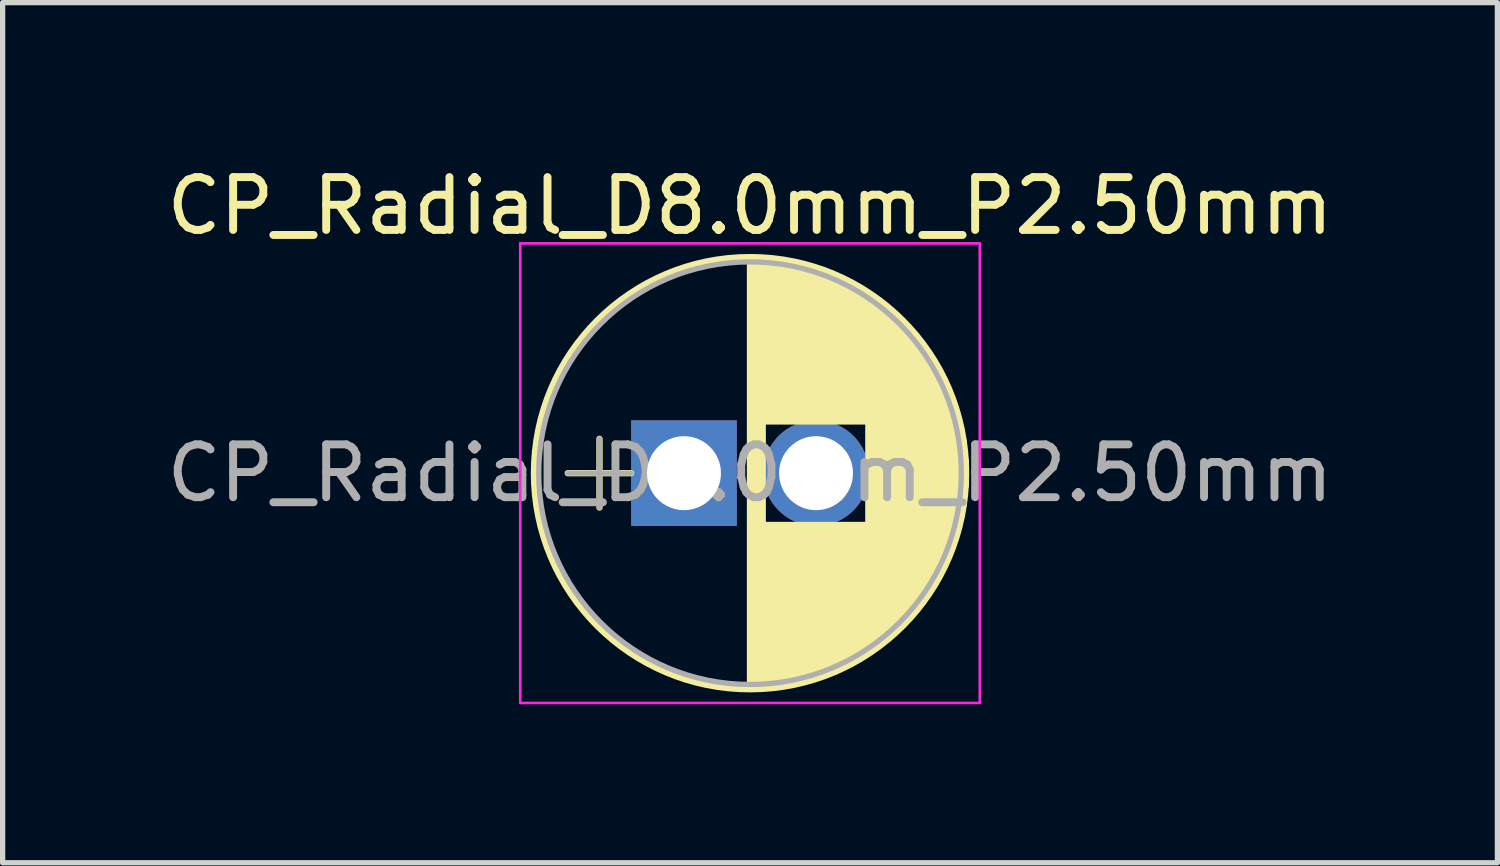
<source format=kicad_pcb>
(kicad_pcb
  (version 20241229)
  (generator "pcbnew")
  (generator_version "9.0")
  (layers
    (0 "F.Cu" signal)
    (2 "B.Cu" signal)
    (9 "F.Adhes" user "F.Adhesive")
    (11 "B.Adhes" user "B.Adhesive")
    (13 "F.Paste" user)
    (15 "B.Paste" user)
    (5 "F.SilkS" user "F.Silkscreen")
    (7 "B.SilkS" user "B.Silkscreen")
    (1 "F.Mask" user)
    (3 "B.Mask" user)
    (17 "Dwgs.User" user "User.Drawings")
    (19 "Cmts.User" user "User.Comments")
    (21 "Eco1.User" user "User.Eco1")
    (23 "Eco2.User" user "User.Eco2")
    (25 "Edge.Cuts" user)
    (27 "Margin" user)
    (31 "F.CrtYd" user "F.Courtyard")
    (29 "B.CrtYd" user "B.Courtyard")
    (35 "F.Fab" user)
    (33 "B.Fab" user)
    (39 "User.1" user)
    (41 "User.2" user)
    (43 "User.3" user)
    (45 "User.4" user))
  (footprint "CP_Radial_D8.0mm_P2.50mm"
    (layer "F.Cu")
    (at 9.899 5.908)
    (property "Reference" "CP_Radial_D8.0mm_P2.50mm" (at 1.25 -5.06 0) (layer "F.SilkS") (effects (font (size 1 1) (thickness 0.15))))
    (attr through_hole)
    (fp_line (start -2.2 0) (end -1 0) (stroke (width 0.12) (type solid)) (layer "F.SilkS"))
    (fp_line (start -1.6 -0.65) (end -1.6 0.65) (stroke (width 0.12) (type solid)) (layer "F.SilkS"))
    (fp_line (start 1.25 -4.05) (end 1.25 4.05) (stroke (width 0.12) (type solid)) (layer "F.SilkS"))
    (fp_line (start 1.29 -4.05) (end 1.29 4.05) (stroke (width 0.12) (type solid)) (layer "F.SilkS"))
    (fp_line (start 1.33 -4.05) (end 1.33 4.05) (stroke (width 0.12) (type solid)) (layer "F.SilkS"))
    (fp_line (start 1.37 -4.049) (end 1.37 4.049) (stroke (width 0.12) (type solid)) (layer "F.SilkS"))
    (fp_line (start 1.41 -4.047) (end 1.41 4.047) (stroke (width 0.12) (type solid)) (layer "F.SilkS"))
    (fp_line (start 1.45 -4.046) (end 1.45 4.046) (stroke (width 0.12) (type solid)) (layer "F.SilkS"))
    (fp_line (start 1.49 -4.043) (end 1.49 4.043) (stroke (width 0.12) (type solid)) (layer "F.SilkS"))
    (fp_line (start 1.53 -4.041) (end 1.53 -0.98) (stroke (width 0.12) (type solid)) (layer "F.SilkS"))
    (fp_line (start 1.53 0.98) (end 1.53 4.041) (stroke (width 0.12) (type solid)) (layer "F.SilkS"))
    (fp_line (start 1.57 -4.038) (end 1.57 -0.98) (stroke (width 0.12) (type solid)) (layer "F.SilkS"))
    (fp_line (start 1.57 0.98) (end 1.57 4.038) (stroke (width 0.12) (type solid)) (layer "F.SilkS"))
    (fp_line (start 1.61 -4.035) (end 1.61 -0.98) (stroke (width 0.12) (type solid)) (layer "F.SilkS"))
    (fp_line (start 1.61 0.98) (end 1.61 4.035) (stroke (width 0.12) (type solid)) (layer "F.SilkS"))
    (fp_line (start 1.65 -4.031) (end 1.65 -0.98) (stroke (width 0.12) (type solid)) (layer "F.SilkS"))
    (fp_line (start 1.65 0.98) (end 1.65 4.031) (stroke (width 0.12) (type solid)) (layer "F.SilkS"))
    (fp_line (start 1.69 -4.027) (end 1.69 -0.98) (stroke (width 0.12) (type solid)) (layer "F.SilkS"))
    (fp_line (start 1.69 0.98) (end 1.69 4.027) (stroke (width 0.12) (type solid)) (layer "F.SilkS"))
    (fp_line (start 1.73 -4.022) (end 1.73 -0.98) (stroke (width 0.12) (type solid)) (layer "F.SilkS"))
    (fp_line (start 1.73 0.98) (end 1.73 4.022) (stroke (width 0.12) (type solid)) (layer "F.SilkS"))
    (fp_line (start 1.77 -4.017) (end 1.77 -0.98) (stroke (width 0.12) (type solid)) (layer "F.SilkS"))
    (fp_line (start 1.77 0.98) (end 1.77 4.017) (stroke (width 0.12) (type solid)) (layer "F.SilkS"))
    (fp_line (start 1.81 -4.012) (end 1.81 -0.98) (stroke (width 0.12) (type solid)) (layer "F.SilkS"))
    (fp_line (start 1.81 0.98) (end 1.81 4.012) (stroke (width 0.12) (type solid)) (layer "F.SilkS"))
    (fp_line (start 1.85 -4.006) (end 1.85 -0.98) (stroke (width 0.12) (type solid)) (layer "F.SilkS"))
    (fp_line (start 1.85 0.98) (end 1.85 4.006) (stroke (width 0.12) (type solid)) (layer "F.SilkS"))
    (fp_line (start 1.89 -4) (end 1.89 -0.98) (stroke (width 0.12) (type solid)) (layer "F.SilkS"))
    (fp_line (start 1.89 0.98) (end 1.89 4) (stroke (width 0.12) (type solid)) (layer "F.SilkS"))
    (fp_line (start 1.93 -3.994) (end 1.93 -0.98) (stroke (width 0.12) (type solid)) (layer "F.SilkS"))
    (fp_line (start 1.93 0.98) (end 1.93 3.994) (stroke (width 0.12) (type solid)) (layer "F.SilkS"))
    (fp_line (start 1.971 -3.987) (end 1.971 -0.98) (stroke (width 0.12) (type solid)) (layer "F.SilkS"))
    (fp_line (start 1.971 0.98) (end 1.971 3.987) (stroke (width 0.12) (type solid)) (layer "F.SilkS"))
    (fp_line (start 2.011 -3.979) (end 2.011 -0.98) (stroke (width 0.12) (type solid)) (layer "F.SilkS"))
    (fp_line (start 2.011 0.98) (end 2.011 3.979) (stroke (width 0.12) (type solid)) (layer "F.SilkS"))
    (fp_line (start 2.051 -3.971) (end 2.051 -0.98) (stroke (width 0.12) (type solid)) (layer "F.SilkS"))
    (fp_line (start 2.051 0.98) (end 2.051 3.971) (stroke (width 0.12) (type solid)) (layer "F.SilkS"))
    (fp_line (start 2.091 -3.963) (end 2.091 -0.98) (stroke (width 0.12) (type solid)) (layer "F.SilkS"))
    (fp_line (start 2.091 0.98) (end 2.091 3.963) (stroke (width 0.12) (type solid)) (layer "F.SilkS"))
    (fp_line (start 2.131 -3.955) (end 2.131 -0.98) (stroke (width 0.12) (type solid)) (layer "F.SilkS"))
    (fp_line (start 2.131 0.98) (end 2.131 3.955) (stroke (width 0.12) (type solid)) (layer "F.SilkS"))
    (fp_line (start 2.171 -3.946) (end 2.171 -0.98) (stroke (width 0.12) (type solid)) (layer "F.SilkS"))
    (fp_line (start 2.171 0.98) (end 2.171 3.946) (stroke (width 0.12) (type solid)) (layer "F.SilkS"))
    (fp_line (start 2.211 -3.936) (end 2.211 -0.98) (stroke (width 0.12) (type solid)) (layer "F.SilkS"))
    (fp_line (start 2.211 0.98) (end 2.211 3.936) (stroke (width 0.12) (type solid)) (layer "F.SilkS"))
    (fp_line (start 2.251 -3.926) (end 2.251 -0.98) (stroke (width 0.12) (type solid)) (layer "F.SilkS"))
    (fp_line (start 2.251 0.98) (end 2.251 3.926) (stroke (width 0.12) (type solid)) (layer "F.SilkS"))
    (fp_line (start 2.291 -3.916) (end 2.291 -0.98) (stroke (width 0.12) (type solid)) (layer "F.SilkS"))
    (fp_line (start 2.291 0.98) (end 2.291 3.916) (stroke (width 0.12) (type solid)) (layer "F.SilkS"))
    (fp_line (start 2.331 -3.905) (end 2.331 -0.98) (stroke (width 0.12) (type solid)) (layer "F.SilkS"))
    (fp_line (start 2.331 0.98) (end 2.331 3.905) (stroke (width 0.12) (type solid)) (layer "F.SilkS"))
    (fp_line (start 2.371 -3.894) (end 2.371 -0.98) (stroke (width 0.12) (type solid)) (layer "F.SilkS"))
    (fp_line (start 2.371 0.98) (end 2.371 3.894) (stroke (width 0.12) (type solid)) (layer "F.SilkS"))
    (fp_line (start 2.411 -3.883) (end 2.411 -0.98) (stroke (width 0.12) (type solid)) (layer "F.SilkS"))
    (fp_line (start 2.411 0.98) (end 2.411 3.883) (stroke (width 0.12) (type solid)) (layer "F.SilkS"))
    (fp_line (start 2.451 -3.87) (end 2.451 -0.98) (stroke (width 0.12) (type solid)) (layer "F.SilkS"))
    (fp_line (start 2.451 0.98) (end 2.451 3.87) (stroke (width 0.12) (type solid)) (layer "F.SilkS"))
    (fp_line (start 2.491 -3.858) (end 2.491 -0.98) (stroke (width 0.12) (type solid)) (layer "F.SilkS"))
    (fp_line (start 2.491 0.98) (end 2.491 3.858) (stroke (width 0.12) (type solid)) (layer "F.SilkS"))
    (fp_line (start 2.531 -3.845) (end 2.531 -0.98) (stroke (width 0.12) (type solid)) (layer "F.SilkS"))
    (fp_line (start 2.531 0.98) (end 2.531 3.845) (stroke (width 0.12) (type solid)) (layer "F.SilkS"))
    (fp_line (start 2.571 -3.832) (end 2.571 -0.98) (stroke (width 0.12) (type solid)) (layer "F.SilkS"))
    (fp_line (start 2.571 0.98) (end 2.571 3.832) (stroke (width 0.12) (type solid)) (layer "F.SilkS"))
    (fp_line (start 2.611 -3.818) (end 2.611 -0.98) (stroke (width 0.12) (type solid)) (layer "F.SilkS"))
    (fp_line (start 2.611 0.98) (end 2.611 3.818) (stroke (width 0.12) (type solid)) (layer "F.SilkS"))
    (fp_line (start 2.651 -3.803) (end 2.651 -0.98) (stroke (width 0.12) (type solid)) (layer "F.SilkS"))
    (fp_line (start 2.651 0.98) (end 2.651 3.803) (stroke (width 0.12) (type solid)) (layer "F.SilkS"))
    (fp_line (start 2.691 -3.789) (end 2.691 -0.98) (stroke (width 0.12) (type solid)) (layer "F.SilkS"))
    (fp_line (start 2.691 0.98) (end 2.691 3.789) (stroke (width 0.12) (type solid)) (layer "F.SilkS"))
    (fp_line (start 2.731 -3.773) (end 2.731 -0.98) (stroke (width 0.12) (type solid)) (layer "F.SilkS"))
    (fp_line (start 2.731 0.98) (end 2.731 3.773) (stroke (width 0.12) (type solid)) (layer "F.SilkS"))
    (fp_line (start 2.771 -3.758) (end 2.771 -0.98) (stroke (width 0.12) (type solid)) (layer "F.SilkS"))
    (fp_line (start 2.771 0.98) (end 2.771 3.758) (stroke (width 0.12) (type solid)) (layer "F.SilkS"))
    (fp_line (start 2.811 -3.741) (end 2.811 -0.98) (stroke (width 0.12) (type solid)) (layer "F.SilkS"))
    (fp_line (start 2.811 0.98) (end 2.811 3.741) (stroke (width 0.12) (type solid)) (layer "F.SilkS"))
    (fp_line (start 2.851 -3.725) (end 2.851 -0.98) (stroke (width 0.12) (type solid)) (layer "F.SilkS"))
    (fp_line (start 2.851 0.98) (end 2.851 3.725) (stroke (width 0.12) (type solid)) (layer "F.SilkS"))
    (fp_line (start 2.891 -3.707) (end 2.891 -0.98) (stroke (width 0.12) (type solid)) (layer "F.SilkS"))
    (fp_line (start 2.891 0.98) (end 2.891 3.707) (stroke (width 0.12) (type solid)) (layer "F.SilkS"))
    (fp_line (start 2.931 -3.69) (end 2.931 -0.98) (stroke (width 0.12) (type solid)) (layer "F.SilkS"))
    (fp_line (start 2.931 0.98) (end 2.931 3.69) (stroke (width 0.12) (type solid)) (layer "F.SilkS"))
    (fp_line (start 2.971 -3.671) (end 2.971 -0.98) (stroke (width 0.12) (type solid)) (layer "F.SilkS"))
    (fp_line (start 2.971 0.98) (end 2.971 3.671) (stroke (width 0.12) (type solid)) (layer "F.SilkS"))
    (fp_line (start 3.011 -3.652) (end 3.011 -0.98) (stroke (width 0.12) (type solid)) (layer "F.SilkS"))
    (fp_line (start 3.011 0.98) (end 3.011 3.652) (stroke (width 0.12) (type solid)) (layer "F.SilkS"))
    (fp_line (start 3.051 -3.633) (end 3.051 -0.98) (stroke (width 0.12) (type solid)) (layer "F.SilkS"))
    (fp_line (start 3.051 0.98) (end 3.051 3.633) (stroke (width 0.12) (type solid)) (layer "F.SilkS"))
    (fp_line (start 3.091 -3.613) (end 3.091 -0.98) (stroke (width 0.12) (type solid)) (layer "F.SilkS"))
    (fp_line (start 3.091 0.98) (end 3.091 3.613) (stroke (width 0.12) (type solid)) (layer "F.SilkS"))
    (fp_line (start 3.131 -3.593) (end 3.131 -0.98) (stroke (width 0.12) (type solid)) (layer "F.SilkS"))
    (fp_line (start 3.131 0.98) (end 3.131 3.593) (stroke (width 0.12) (type solid)) (layer "F.SilkS"))
    (fp_line (start 3.171 -3.572) (end 3.171 -0.98) (stroke (width 0.12) (type solid)) (layer "F.SilkS"))
    (fp_line (start 3.171 0.98) (end 3.171 3.572) (stroke (width 0.12) (type solid)) (layer "F.SilkS"))
    (fp_line (start 3.211 -3.55) (end 3.211 -0.98) (stroke (width 0.12) (type solid)) (layer "F.SilkS"))
    (fp_line (start 3.211 0.98) (end 3.211 3.55) (stroke (width 0.12) (type solid)) (layer "F.SilkS"))
    (fp_line (start 3.251 -3.528) (end 3.251 -0.98) (stroke (width 0.12) (type solid)) (layer "F.SilkS"))
    (fp_line (start 3.251 0.98) (end 3.251 3.528) (stroke (width 0.12) (type solid)) (layer "F.SilkS"))
    (fp_line (start 3.291 -3.505) (end 3.291 -0.98) (stroke (width 0.12) (type solid)) (layer "F.SilkS"))
    (fp_line (start 3.291 0.98) (end 3.291 3.505) (stroke (width 0.12) (type solid)) (layer "F.SilkS"))
    (fp_line (start 3.331 -3.482) (end 3.331 -0.98) (stroke (width 0.12) (type solid)) (layer "F.SilkS"))
    (fp_line (start 3.331 0.98) (end 3.331 3.482) (stroke (width 0.12) (type solid)) (layer "F.SilkS"))
    (fp_line (start 3.371 -3.458) (end 3.371 -0.98) (stroke (width 0.12) (type solid)) (layer "F.SilkS"))
    (fp_line (start 3.371 0.98) (end 3.371 3.458) (stroke (width 0.12) (type solid)) (layer "F.SilkS"))
    (fp_line (start 3.411 -3.434) (end 3.411 -0.98) (stroke (width 0.12) (type solid)) (layer "F.SilkS"))
    (fp_line (start 3.411 0.98) (end 3.411 3.434) (stroke (width 0.12) (type solid)) (layer "F.SilkS"))
    (fp_line (start 3.451 -3.408) (end 3.451 -0.98) (stroke (width 0.12) (type solid)) (layer "F.SilkS"))
    (fp_line (start 3.451 0.98) (end 3.451 3.408) (stroke (width 0.12) (type solid)) (layer "F.SilkS"))
    (fp_line (start 3.491 -3.383) (end 3.491 3.383) (stroke (width 0.12) (type solid)) (layer "F.SilkS"))
    (fp_line (start 3.531 -3.356) (end 3.531 3.356) (stroke (width 0.12) (type solid)) (layer "F.SilkS"))
    (fp_line (start 3.571 -3.329) (end 3.571 3.329) (stroke (width 0.12) (type solid)) (layer "F.SilkS"))
    (fp_line (start 3.611 -3.301) (end 3.611 3.301) (stroke (width 0.12) (type solid)) (layer "F.SilkS"))
    (fp_line (start 3.651 -3.272) (end 3.651 3.272) (stroke (width 0.12) (type solid)) (layer "F.SilkS"))
    (fp_line (start 3.691 -3.243) (end 3.691 3.243) (stroke (width 0.12) (type solid)) (layer "F.SilkS"))
    (fp_line (start 3.731 -3.213) (end 3.731 3.213) (stroke (width 0.12) (type solid)) (layer "F.SilkS"))
    (fp_line (start 3.771 -3.182) (end 3.771 3.182) (stroke (width 0.12) (type solid)) (layer "F.SilkS"))
    (fp_line (start 3.811 -3.15) (end 3.811 3.15) (stroke (width 0.12) (type solid)) (layer "F.SilkS"))
    (fp_line (start 3.851 -3.118) (end 3.851 3.118) (stroke (width 0.12) (type solid)) (layer "F.SilkS"))
    (fp_line (start 3.891 -3.084) (end 3.891 3.084) (stroke (width 0.12) (type solid)) (layer "F.SilkS"))
    (fp_line (start 3.931 -3.05) (end 3.931 3.05) (stroke (width 0.12) (type solid)) (layer "F.SilkS"))
    (fp_line (start 3.971 -3.015) (end 3.971 3.015) (stroke (width 0.12) (type solid)) (layer "F.SilkS"))
    (fp_line (start 4.011 -2.979) (end 4.011 2.979) (stroke (width 0.12) (type solid)) (layer "F.SilkS"))
    (fp_line (start 4.051 -2.942) (end 4.051 2.942) (stroke (width 0.12) (type solid)) (layer "F.SilkS"))
    (fp_line (start 4.091 -2.904) (end 4.091 2.904) (stroke (width 0.12) (type solid)) (layer "F.SilkS"))
    (fp_line (start 4.131 -2.865) (end 4.131 2.865) (stroke (width 0.12) (type solid)) (layer "F.SilkS"))
    (fp_line (start 4.171 -2.824) (end 4.171 2.824) (stroke (width 0.12) (type solid)) (layer "F.SilkS"))
    (fp_line (start 4.211 -2.783) (end 4.211 2.783) (stroke (width 0.12) (type solid)) (layer "F.SilkS"))
    (fp_line (start 4.251 -2.74) (end 4.251 2.74) (stroke (width 0.12) (type solid)) (layer "F.SilkS"))
    (fp_line (start 4.291 -2.697) (end 4.291 2.697) (stroke (width 0.12) (type solid)) (layer "F.SilkS"))
    (fp_line (start 4.331 -2.652) (end 4.331 2.652) (stroke (width 0.12) (type solid)) (layer "F.SilkS"))
    (fp_line (start 4.371 -2.605) (end 4.371 2.605) (stroke (width 0.12) (type solid)) (layer "F.SilkS"))
    (fp_line (start 4.411 -2.557) (end 4.411 2.557) (stroke (width 0.12) (type solid)) (layer "F.SilkS"))
    (fp_line (start 4.451 -2.508) (end 4.451 2.508) (stroke (width 0.12) (type solid)) (layer "F.SilkS"))
    (fp_line (start 4.491 -2.457) (end 4.491 2.457) (stroke (width 0.12) (type solid)) (layer "F.SilkS"))
    (fp_line (start 4.531 -2.404) (end 4.531 2.404) (stroke (width 0.12) (type solid)) (layer "F.SilkS"))
    (fp_line (start 4.571 -2.349) (end 4.571 2.349) (stroke (width 0.12) (type solid)) (layer "F.SilkS"))
    (fp_line (start 4.611 -2.293) (end 4.611 2.293) (stroke (width 0.12) (type solid)) (layer "F.SilkS"))
    (fp_line (start 4.651 -2.234) (end 4.651 2.234) (stroke (width 0.12) (type solid)) (layer "F.SilkS"))
    (fp_line (start 4.691 -2.173) (end 4.691 2.173) (stroke (width 0.12) (type solid)) (layer "F.SilkS"))
    (fp_line (start 4.731 -2.109) (end 4.731 2.109) (stroke (width 0.12) (type solid)) (layer "F.SilkS"))
    (fp_line (start 4.771 -2.043) (end 4.771 2.043) (stroke (width 0.12) (type solid)) (layer "F.SilkS"))
    (fp_line (start 4.811 -1.974) (end 4.811 1.974) (stroke (width 0.12) (type solid)) (layer "F.SilkS"))
    (fp_line (start 4.851 -1.902) (end 4.851 1.902) (stroke (width 0.12) (type solid)) (layer "F.SilkS"))
    (fp_line (start 4.891 -1.826) (end 4.891 1.826) (stroke (width 0.12) (type solid)) (layer "F.SilkS"))
    (fp_line (start 4.931 -1.745) (end 4.931 1.745) (stroke (width 0.12) (type solid)) (layer "F.SilkS"))
    (fp_line (start 4.971 -1.66) (end 4.971 1.66) (stroke (width 0.12) (type solid)) (layer "F.SilkS"))
    (fp_line (start 5.011 -1.57) (end 5.011 1.57) (stroke (width 0.12) (type solid)) (layer "F.SilkS"))
    (fp_line (start 5.051 -1.473) (end 5.051 1.473) (stroke (width 0.12) (type solid)) (layer "F.SilkS"))
    (fp_line (start 5.091 -1.369) (end 5.091 1.369) (stroke (width 0.12) (type solid)) (layer "F.SilkS"))
    (fp_line (start 5.131 -1.254) (end 5.131 1.254) (stroke (width 0.12) (type solid)) (layer "F.SilkS"))
    (fp_line (start 5.171 -1.127) (end 5.171 1.127) (stroke (width 0.12) (type solid)) (layer "F.SilkS"))
    (fp_line (start 5.211 -0.983) (end 5.211 0.983) (stroke (width 0.12) (type solid)) (layer "F.SilkS"))
    (fp_line (start 5.251 -0.814) (end 5.251 0.814) (stroke (width 0.12) (type solid)) (layer "F.SilkS"))
    (fp_line (start 5.291 -0.598) (end 5.291 0.598) (stroke (width 0.12) (type solid)) (layer "F.SilkS"))
    (fp_line (start 5.331 -0.246) (end 5.331 0.246) (stroke (width 0.12) (type solid)) (layer "F.SilkS"))
    (fp_circle (center 1.25 0) (end 5.34 0) (stroke (width 0.12) (type solid)) (fill no) (layer "F.SilkS"))
    (fp_line (start -3.1 -4.35) (end -3.1 4.35) (stroke (width 0.05) (type solid)) (layer "F.CrtYd"))
    (fp_line (start -3.1 4.35) (end 5.6 4.35) (stroke (width 0.05) (type solid)) (layer "F.CrtYd"))
    (fp_line (start 5.6 -4.35) (end -3.1 -4.35) (stroke (width 0.05) (type solid)) (layer "F.CrtYd"))
    (fp_line (start 5.6 4.35) (end 5.6 -4.35) (stroke (width 0.05) (type solid)) (layer "F.CrtYd"))
    (fp_line (start -2.2 0) (end -1 0) (stroke (width 0.1) (type solid)) (layer "F.Fab"))
    (fp_line (start -1.6 -0.65) (end -1.6 0.65) (stroke (width 0.1) (type solid)) (layer "F.Fab"))
    (fp_circle (center 1.25 0) (end 5.25 0) (stroke (width 0.1) (type solid)) (fill no) (layer "F.Fab"))
    (fp_text user "${REFERENCE}" (at 1.25 0 0) (layer "F.Fab") (effects (font (size 1 1) (thickness 0.15))))
    (pad "1" thru_hole rect (at 0 0) (size 2 2) (drill 1.4) (layers "*.Cu" "*.Mask"))
    (pad "2" thru_hole circle (at 2.5 0) (size 2 2) (drill 1.4) (layers "*.Cu" "*.Mask")))
  (gr_rect
    (start -3 -3)
    (end 25.298 13.283)
    (stroke (width 0.1) (type default))
    (fill no)
    (layer "Edge.Cuts")))
</source>
